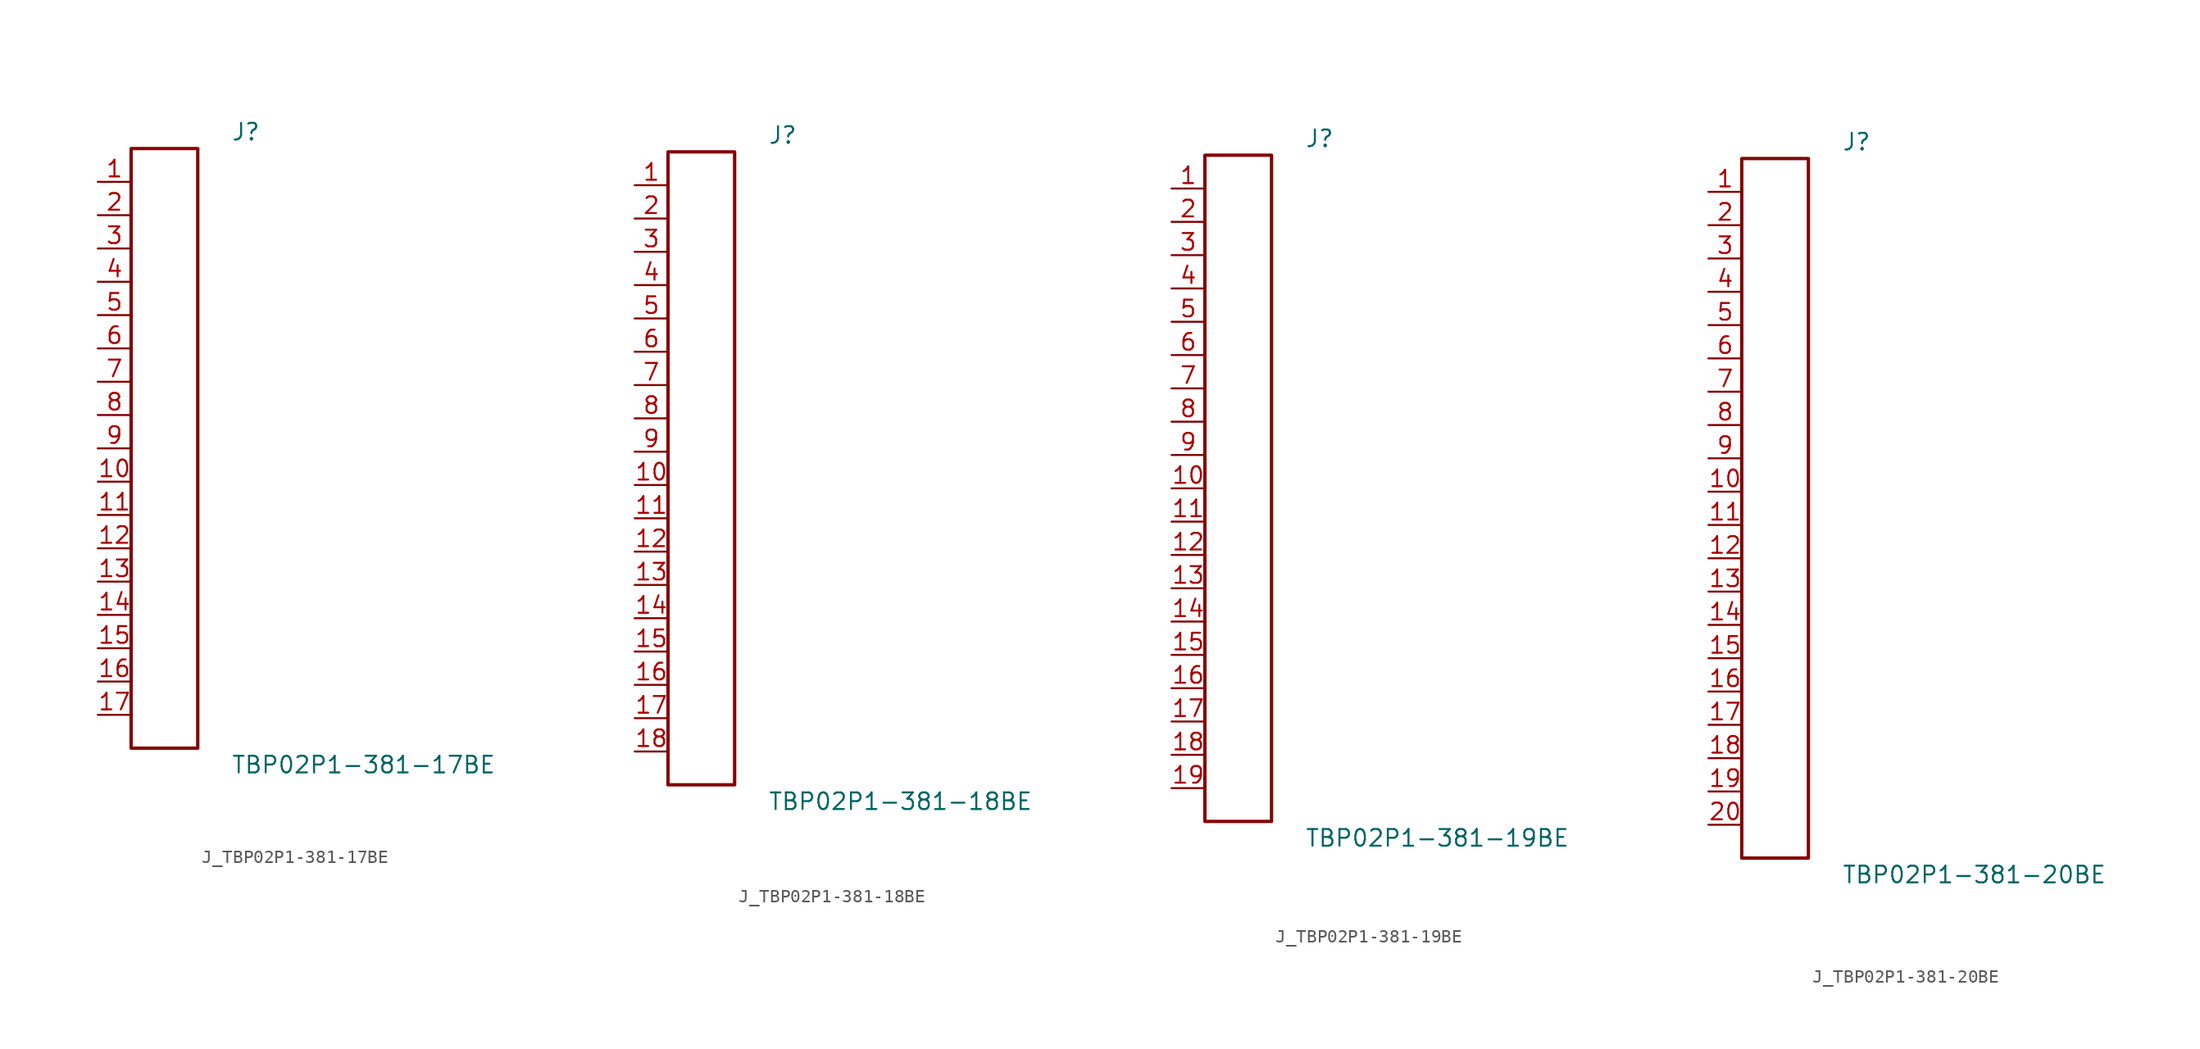
<source format=kicad_sym>
(kicad_symbol_lib
  (version 20231120)
  (generator kicad_symbol_editor)
  (generator_version 8.0)
  (symbol "J_TBP02P1-381-17BE"
    (pin_names
      (offset 0.254))
    (property "Reference" "J"
      (at 5.08 24.13 0)
      (effects (font (size 1.27 1.27)) (justify left)))
    (property "Value" "TBP02P1-381-17BE"
      (at 5.08 -24.13 0)
      (effects (font (size 1.27 1.27)) (justify left)))
    (symbol "J_TBP02P1-381-17BE_0_0"
      (pin unspecified line (at -5.08 20.32 0) (length 2.54) (name "" (effects (font (size 1.27 1.27)))) (number "1" (effects (font (size 1.27 1.27)))))
      (pin unspecified line (at -5.08 17.78 0) (length 2.54) (name "" (effects (font (size 1.27 1.27)))) (number "2" (effects (font (size 1.27 1.27)))))
      (pin unspecified line (at -5.08 15.24 0) (length 2.54) (name "" (effects (font (size 1.27 1.27)))) (number "3" (effects (font (size 1.27 1.27)))))
      (pin unspecified line (at -5.08 12.7 0) (length 2.54) (name "" (effects (font (size 1.27 1.27)))) (number "4" (effects (font (size 1.27 1.27)))))
      (pin unspecified line (at -5.08 10.16 0) (length 2.54) (name "" (effects (font (size 1.27 1.27)))) (number "5" (effects (font (size 1.27 1.27)))))
      (pin unspecified line (at -5.08 7.62 0) (length 2.54) (name "" (effects (font (size 1.27 1.27)))) (number "6" (effects (font (size 1.27 1.27)))))
      (pin unspecified line (at -5.08 5.08 0) (length 2.54) (name "" (effects (font (size 1.27 1.27)))) (number "7" (effects (font (size 1.27 1.27)))))
      (pin unspecified line (at -5.08 2.54 0) (length 2.54) (name "" (effects (font (size 1.27 1.27)))) (number "8" (effects (font (size 1.27 1.27)))))
      (pin unspecified line (at -5.08 0.0 0) (length 2.54) (name "" (effects (font (size 1.27 1.27)))) (number "9" (effects (font (size 1.27 1.27)))))
      (pin unspecified line (at -5.08 -2.54 0) (length 2.54) (name "" (effects (font (size 1.27 1.27)))) (number "10" (effects (font (size 1.27 1.27)))))
      (pin unspecified line (at -5.08 -5.08 0) (length 2.54) (name "" (effects (font (size 1.27 1.27)))) (number "11" (effects (font (size 1.27 1.27)))))
      (pin unspecified line (at -5.08 -7.62 0) (length 2.54) (name "" (effects (font (size 1.27 1.27)))) (number "12" (effects (font (size 1.27 1.27)))))
      (pin unspecified line (at -5.08 -10.16 0) (length 2.54) (name "" (effects (font (size 1.27 1.27)))) (number "13" (effects (font (size 1.27 1.27)))))
      (pin unspecified line (at -5.08 -12.7 0) (length 2.54) (name "" (effects (font (size 1.27 1.27)))) (number "14" (effects (font (size 1.27 1.27)))))
      (pin unspecified line (at -5.08 -15.24 0) (length 2.54) (name "" (effects (font (size 1.27 1.27)))) (number "15" (effects (font (size 1.27 1.27)))))
      (pin unspecified line (at -5.08 -17.78 0) (length 2.54) (name "" (effects (font (size 1.27 1.27)))) (number "16" (effects (font (size 1.27 1.27)))))
      (pin unspecified line (at -5.08 -20.32 0) (length 2.54) (name "" (effects (font (size 1.27 1.27)))) (number "17" (effects (font (size 1.27 1.27))))))
    (symbol "J_TBP02P1-381-17BE_1_0"
      (rectangle (start -2.54 22.86) (end 2.54 -22.86) (stroke (width 0.254) (type solid)) (fill (type none)))))
  (symbol "J_TBP02P1-381-18BE"
    (pin_names
      (offset 0.254))
    (property "Reference" "J"
      (at 5.08 25.4 0)
      (effects (font (size 1.27 1.27)) (justify left)))
    (property "Value" "TBP02P1-381-18BE"
      (at 5.08 -25.4 0)
      (effects (font (size 1.27 1.27)) (justify left)))
    (symbol "J_TBP02P1-381-18BE_0_0"
      (pin unspecified line (at -5.08 21.59 0) (length 2.54) (name "" (effects (font (size 1.27 1.27)))) (number "1" (effects (font (size 1.27 1.27)))))
      (pin unspecified line (at -5.08 19.05 0) (length 2.54) (name "" (effects (font (size 1.27 1.27)))) (number "2" (effects (font (size 1.27 1.27)))))
      (pin unspecified line (at -5.08 16.51 0) (length 2.54) (name "" (effects (font (size 1.27 1.27)))) (number "3" (effects (font (size 1.27 1.27)))))
      (pin unspecified line (at -5.08 13.97 0) (length 2.54) (name "" (effects (font (size 1.27 1.27)))) (number "4" (effects (font (size 1.27 1.27)))))
      (pin unspecified line (at -5.08 11.43 0) (length 2.54) (name "" (effects (font (size 1.27 1.27)))) (number "5" (effects (font (size 1.27 1.27)))))
      (pin unspecified line (at -5.08 8.89 0) (length 2.54) (name "" (effects (font (size 1.27 1.27)))) (number "6" (effects (font (size 1.27 1.27)))))
      (pin unspecified line (at -5.08 6.35 0) (length 2.54) (name "" (effects (font (size 1.27 1.27)))) (number "7" (effects (font (size 1.27 1.27)))))
      (pin unspecified line (at -5.08 3.81 0) (length 2.54) (name "" (effects (font (size 1.27 1.27)))) (number "8" (effects (font (size 1.27 1.27)))))
      (pin unspecified line (at -5.08 1.27 0) (length 2.54) (name "" (effects (font (size 1.27 1.27)))) (number "9" (effects (font (size 1.27 1.27)))))
      (pin unspecified line (at -5.08 -1.27 0) (length 2.54) (name "" (effects (font (size 1.27 1.27)))) (number "10" (effects (font (size 1.27 1.27)))))
      (pin unspecified line (at -5.08 -3.81 0) (length 2.54) (name "" (effects (font (size 1.27 1.27)))) (number "11" (effects (font (size 1.27 1.27)))))
      (pin unspecified line (at -5.08 -6.35 0) (length 2.54) (name "" (effects (font (size 1.27 1.27)))) (number "12" (effects (font (size 1.27 1.27)))))
      (pin unspecified line (at -5.08 -8.89 0) (length 2.54) (name "" (effects (font (size 1.27 1.27)))) (number "13" (effects (font (size 1.27 1.27)))))
      (pin unspecified line (at -5.08 -11.43 0) (length 2.54) (name "" (effects (font (size 1.27 1.27)))) (number "14" (effects (font (size 1.27 1.27)))))
      (pin unspecified line (at -5.08 -13.97 0) (length 2.54) (name "" (effects (font (size 1.27 1.27)))) (number "15" (effects (font (size 1.27 1.27)))))
      (pin unspecified line (at -5.08 -16.51 0) (length 2.54) (name "" (effects (font (size 1.27 1.27)))) (number "16" (effects (font (size 1.27 1.27)))))
      (pin unspecified line (at -5.08 -19.05 0) (length 2.54) (name "" (effects (font (size 1.27 1.27)))) (number "17" (effects (font (size 1.27 1.27)))))
      (pin unspecified line (at -5.08 -21.59 0) (length 2.54) (name "" (effects (font (size 1.27 1.27)))) (number "18" (effects (font (size 1.27 1.27))))))
    (symbol "J_TBP02P1-381-18BE_1_0"
      (rectangle (start -2.54 24.13) (end 2.54 -24.13) (stroke (width 0.254) (type solid)) (fill (type none)))))
  (symbol "J_TBP02P1-381-19BE"
    (pin_names
      (offset 0.254))
    (property "Reference" "J"
      (at 5.08 26.67 0)
      (effects (font (size 1.27 1.27)) (justify left)))
    (property "Value" "TBP02P1-381-19BE"
      (at 5.08 -26.67 0)
      (effects (font (size 1.27 1.27)) (justify left)))
    (symbol "J_TBP02P1-381-19BE_0_0"
      (pin unspecified line (at -5.08 22.86 0) (length 2.54) (name "" (effects (font (size 1.27 1.27)))) (number "1" (effects (font (size 1.27 1.27)))))
      (pin unspecified line (at -5.08 20.32 0) (length 2.54) (name "" (effects (font (size 1.27 1.27)))) (number "2" (effects (font (size 1.27 1.27)))))
      (pin unspecified line (at -5.08 17.78 0) (length 2.54) (name "" (effects (font (size 1.27 1.27)))) (number "3" (effects (font (size 1.27 1.27)))))
      (pin unspecified line (at -5.08 15.24 0) (length 2.54) (name "" (effects (font (size 1.27 1.27)))) (number "4" (effects (font (size 1.27 1.27)))))
      (pin unspecified line (at -5.08 12.7 0) (length 2.54) (name "" (effects (font (size 1.27 1.27)))) (number "5" (effects (font (size 1.27 1.27)))))
      (pin unspecified line (at -5.08 10.16 0) (length 2.54) (name "" (effects (font (size 1.27 1.27)))) (number "6" (effects (font (size 1.27 1.27)))))
      (pin unspecified line (at -5.08 7.62 0) (length 2.54) (name "" (effects (font (size 1.27 1.27)))) (number "7" (effects (font (size 1.27 1.27)))))
      (pin unspecified line (at -5.08 5.08 0) (length 2.54) (name "" (effects (font (size 1.27 1.27)))) (number "8" (effects (font (size 1.27 1.27)))))
      (pin unspecified line (at -5.08 2.54 0) (length 2.54) (name "" (effects (font (size 1.27 1.27)))) (number "9" (effects (font (size 1.27 1.27)))))
      (pin unspecified line (at -5.08 0.0 0) (length 2.54) (name "" (effects (font (size 1.27 1.27)))) (number "10" (effects (font (size 1.27 1.27)))))
      (pin unspecified line (at -5.08 -2.54 0) (length 2.54) (name "" (effects (font (size 1.27 1.27)))) (number "11" (effects (font (size 1.27 1.27)))))
      (pin unspecified line (at -5.08 -5.08 0) (length 2.54) (name "" (effects (font (size 1.27 1.27)))) (number "12" (effects (font (size 1.27 1.27)))))
      (pin unspecified line (at -5.08 -7.62 0) (length 2.54) (name "" (effects (font (size 1.27 1.27)))) (number "13" (effects (font (size 1.27 1.27)))))
      (pin unspecified line (at -5.08 -10.16 0) (length 2.54) (name "" (effects (font (size 1.27 1.27)))) (number "14" (effects (font (size 1.27 1.27)))))
      (pin unspecified line (at -5.08 -12.7 0) (length 2.54) (name "" (effects (font (size 1.27 1.27)))) (number "15" (effects (font (size 1.27 1.27)))))
      (pin unspecified line (at -5.08 -15.24 0) (length 2.54) (name "" (effects (font (size 1.27 1.27)))) (number "16" (effects (font (size 1.27 1.27)))))
      (pin unspecified line (at -5.08 -17.78 0) (length 2.54) (name "" (effects (font (size 1.27 1.27)))) (number "17" (effects (font (size 1.27 1.27)))))
      (pin unspecified line (at -5.08 -20.32 0) (length 2.54) (name "" (effects (font (size 1.27 1.27)))) (number "18" (effects (font (size 1.27 1.27)))))
      (pin unspecified line (at -5.08 -22.86 0) (length 2.54) (name "" (effects (font (size 1.27 1.27)))) (number "19" (effects (font (size 1.27 1.27))))))
    (symbol "J_TBP02P1-381-19BE_1_0"
      (rectangle (start -2.54 25.4) (end 2.54 -25.4) (stroke (width 0.254) (type solid)) (fill (type none)))))
  (symbol "J_TBP02P1-381-20BE"
    (pin_names
      (offset 0.254))
    (property "Reference" "J"
      (at 5.08 27.94 0)
      (effects (font (size 1.27 1.27)) (justify left)))
    (property "Value" "TBP02P1-381-20BE"
      (at 5.08 -27.94 0)
      (effects (font (size 1.27 1.27)) (justify left)))
    (symbol "J_TBP02P1-381-20BE_0_0"
      (pin unspecified line (at -5.08 24.13 0) (length 2.54) (name "" (effects (font (size 1.27 1.27)))) (number "1" (effects (font (size 1.27 1.27)))))
      (pin unspecified line (at -5.08 21.59 0) (length 2.54) (name "" (effects (font (size 1.27 1.27)))) (number "2" (effects (font (size 1.27 1.27)))))
      (pin unspecified line (at -5.08 19.05 0) (length 2.54) (name "" (effects (font (size 1.27 1.27)))) (number "3" (effects (font (size 1.27 1.27)))))
      (pin unspecified line (at -5.08 16.51 0) (length 2.54) (name "" (effects (font (size 1.27 1.27)))) (number "4" (effects (font (size 1.27 1.27)))))
      (pin unspecified line (at -5.08 13.97 0) (length 2.54) (name "" (effects (font (size 1.27 1.27)))) (number "5" (effects (font (size 1.27 1.27)))))
      (pin unspecified line (at -5.08 11.43 0) (length 2.54) (name "" (effects (font (size 1.27 1.27)))) (number "6" (effects (font (size 1.27 1.27)))))
      (pin unspecified line (at -5.08 8.89 0) (length 2.54) (name "" (effects (font (size 1.27 1.27)))) (number "7" (effects (font (size 1.27 1.27)))))
      (pin unspecified line (at -5.08 6.35 0) (length 2.54) (name "" (effects (font (size 1.27 1.27)))) (number "8" (effects (font (size 1.27 1.27)))))
      (pin unspecified line (at -5.08 3.81 0) (length 2.54) (name "" (effects (font (size 1.27 1.27)))) (number "9" (effects (font (size 1.27 1.27)))))
      (pin unspecified line (at -5.08 1.27 0) (length 2.54) (name "" (effects (font (size 1.27 1.27)))) (number "10" (effects (font (size 1.27 1.27)))))
      (pin unspecified line (at -5.08 -1.27 0) (length 2.54) (name "" (effects (font (size 1.27 1.27)))) (number "11" (effects (font (size 1.27 1.27)))))
      (pin unspecified line (at -5.08 -3.81 0) (length 2.54) (name "" (effects (font (size 1.27 1.27)))) (number "12" (effects (font (size 1.27 1.27)))))
      (pin unspecified line (at -5.08 -6.35 0) (length 2.54) (name "" (effects (font (size 1.27 1.27)))) (number "13" (effects (font (size 1.27 1.27)))))
      (pin unspecified line (at -5.08 -8.89 0) (length 2.54) (name "" (effects (font (size 1.27 1.27)))) (number "14" (effects (font (size 1.27 1.27)))))
      (pin unspecified line (at -5.08 -11.43 0) (length 2.54) (name "" (effects (font (size 1.27 1.27)))) (number "15" (effects (font (size 1.27 1.27)))))
      (pin unspecified line (at -5.08 -13.97 0) (length 2.54) (name "" (effects (font (size 1.27 1.27)))) (number "16" (effects (font (size 1.27 1.27)))))
      (pin unspecified line (at -5.08 -16.51 0) (length 2.54) (name "" (effects (font (size 1.27 1.27)))) (number "17" (effects (font (size 1.27 1.27)))))
      (pin unspecified line (at -5.08 -19.05 0) (length 2.54) (name "" (effects (font (size 1.27 1.27)))) (number "18" (effects (font (size 1.27 1.27)))))
      (pin unspecified line (at -5.08 -21.59 0) (length 2.54) (name "" (effects (font (size 1.27 1.27)))) (number "19" (effects (font (size 1.27 1.27)))))
      (pin unspecified line (at -5.08 -24.13 0) (length 2.54) (name "" (effects (font (size 1.27 1.27)))) (number "20" (effects (font (size 1.27 1.27))))))
    (symbol "J_TBP02P1-381-20BE_1_0"
      (rectangle (start -2.54 26.67) (end 2.54 -26.67) (stroke (width 0.254) (type solid)) (fill (type none))))))
</source>
